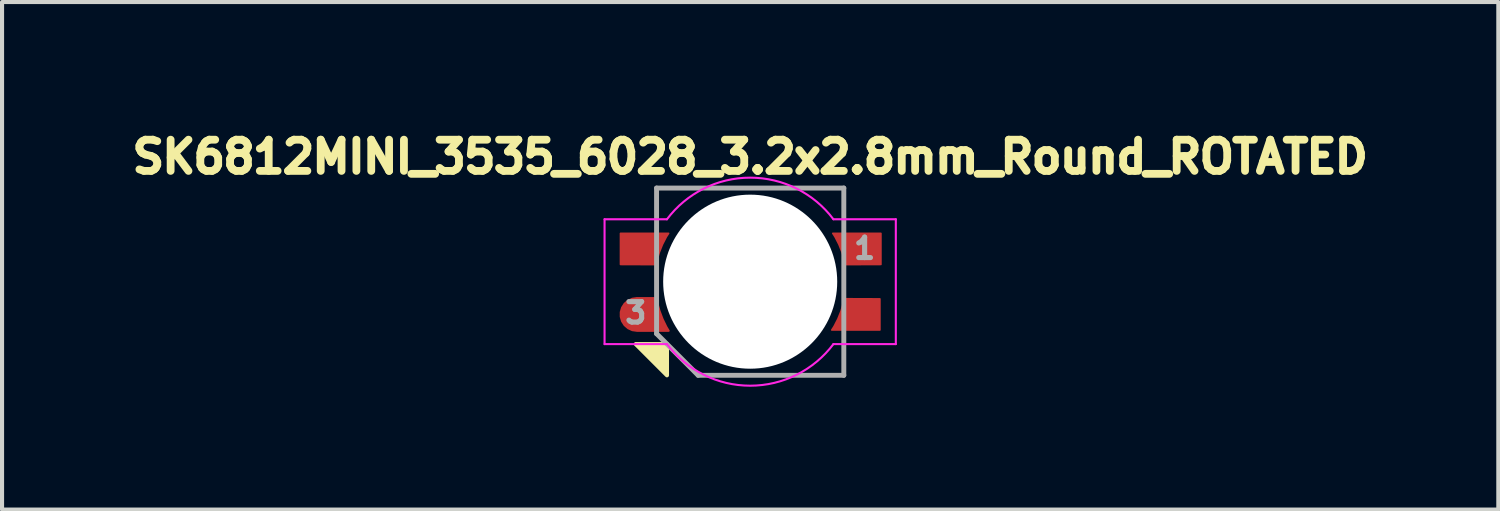
<source format=kicad_pcb>
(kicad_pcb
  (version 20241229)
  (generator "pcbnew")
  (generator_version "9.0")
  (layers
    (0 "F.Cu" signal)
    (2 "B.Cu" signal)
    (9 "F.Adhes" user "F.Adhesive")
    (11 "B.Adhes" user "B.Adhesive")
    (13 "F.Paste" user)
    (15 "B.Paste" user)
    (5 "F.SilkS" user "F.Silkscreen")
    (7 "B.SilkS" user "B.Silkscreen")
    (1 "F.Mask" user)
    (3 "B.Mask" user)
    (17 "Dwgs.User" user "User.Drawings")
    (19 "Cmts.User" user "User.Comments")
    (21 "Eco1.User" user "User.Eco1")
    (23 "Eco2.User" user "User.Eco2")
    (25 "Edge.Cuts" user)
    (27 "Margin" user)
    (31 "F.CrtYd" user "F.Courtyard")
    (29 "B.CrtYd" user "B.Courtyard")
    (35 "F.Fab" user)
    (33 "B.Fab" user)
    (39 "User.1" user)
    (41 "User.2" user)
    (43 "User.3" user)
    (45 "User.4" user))
  (footprint "SK6812MINI_3535_6028_3.2x2.8mm_Round_ROTATED"
    (layer "F.Cu")
    (at 15.268 3.828)
    (property "Reference" "SK6812MINI_3535_6028_3.2x2.8mm_Round_ROTATED" (at 0 -3.048 0) (layer "F.SilkS") (effects (font (size 0.762 0.762) (thickness 0.191))))
    (attr smd)
    (fp_poly (pts (xy -2.794 1.524) (xy -2.032 1.524) (xy -2.032 2.286)) (stroke (width 0.1) (type solid)) (fill yes) (layer "F.SilkS"))
    (fp_line (start -3.556 -1.524) (end -3.556 1.524) (stroke (width 0.051) (type solid)) (layer "F.CrtYd"))
    (fp_line (start -3.556 1.524) (end -2.032 1.524) (stroke (width 0.051) (type solid)) (layer "F.CrtYd"))
    (fp_line (start -2.032 -1.524) (end -3.556 -1.524) (stroke (width 0.051) (type solid)) (layer "F.CrtYd"))
    (fp_line (start 2.032 1.524) (end 3.556 1.524) (stroke (width 0.051) (type solid)) (layer "F.CrtYd"))
    (fp_line (start 3.556 -1.524) (end 2.032 -1.524) (stroke (width 0.051) (type solid)) (layer "F.CrtYd"))
    (fp_line (start 3.556 1.524) (end 3.556 -1.524) (stroke (width 0.051) (type solid)) (layer "F.CrtYd"))
    (fp_arc (start -2.033058 -1.522588) (mid -0.000882 -2.54) (end 2.032 -1.524) (stroke (width 0.0508) (type solid)) (layer "F.CrtYd"))
    (fp_arc (start 2.033058 1.522587) (mid 0.000883 2.539999) (end -2.031999 1.524) (stroke (width 0.0508) (type solid)) (layer "F.CrtYd"))
    (fp_line (start -2.286 -2.286) (end 2.286 -2.286) (stroke (width 0.12) (type solid)) (layer "F.Fab"))
    (fp_line (start -2.286 1.27) (end -2.286 -2.286) (stroke (width 0.12) (type solid)) (layer "F.Fab"))
    (fp_line (start -1.27 2.286) (end -2.286 1.27) (stroke (width 0.12) (type solid)) (layer "F.Fab"))
    (fp_line (start 2.286 -2.286) (end 2.286 2.286) (stroke (width 0.12) (type solid)) (layer "F.Fab"))
    (fp_line (start 2.286 2.286) (end -1.27 2.286) (stroke (width 0.12) (type solid)) (layer "F.Fab"))
    (fp_text user "1" (at 2.794 -0.813 0) (layer "F.Fab") (effects (font (size 0.5 0.5) (thickness 0.125))))
    (fp_text user "3" (at -2.794 0.762 0) (layer "F.Fab") (effects (font (size 0.5 0.5) (thickness 0.125))))
    (pad "" np_thru_hole circle (at 0 0) (size 4.25 4.25) (drill 4.25) (layers "*.Cu" "*.Mask"))
    (pad "1" smd custom (at 2.667 -0.8) (size 0.5 0.5) (layers "F.Cu" "F.Mask" "F.Paste") (options (anchor circle)) (primitives (gr_arc (start -0.65 -0.38) (mid -0.461984 -0.014048) (end -0.346215 0.380753) (width 0.04)) (gr_line (start 0.525 0.38) (end -0.346 0.383) (width 0.04)) (gr_line (start 0.525 0.38) (end 0.525 -0.38) (width 0.04)) (gr_poly (pts (xy -0.325 0.375) (xy 0.525 0.375) (xy 0.525 -0.375) (xy -0.625 -0.375) (xy -0.425 0.025)) (width 0.04) (fill yes)) (gr_line (start 0.525 -0.38) (end -0.65 -0.38) (width 0.04))))
    (pad "2" smd custom (at 2.642 0.8) (size 0.5 0.5) (layers "F.Cu" "F.Mask" "F.Paste") (options (anchor circle)) (primitives (gr_arc (start -0.346215 -0.380753) (mid -0.461984 0.014048) (end -0.65 0.38) (width 0.04)) (gr_line (start 0.525 -0.38) (end -0.346 -0.383) (width 0.04)) (gr_line (start 0.525 -0.38) (end 0.525 0.38) (width 0.04)) (gr_poly (pts (xy -0.325 -0.375) (xy 0.525 -0.375) (xy 0.525 0.375) (xy -0.625 0.375) (xy -0.425 -0.025)) (width 0.04) (fill yes)) (gr_line (start 0.525 0.38) (end -0.65 0.38) (width 0.04))))
    (pad "3" smd custom (at -2.565 0.8 180) (size 0.5 0.5) (layers "F.Cu" "F.Mask" "F.Paste") (options (anchor circle)) (primitives (gr_poly (pts (xy -0.55 -0.4) (xy -0.45 -0.2) (xy -0.35 0.025) (xy -0.3 0.25) (xy -0.25 0.4) (xy 0.175 0.4) (xy 0.175 -0.4)) (width 0.04) (fill yes)) (gr_line (start -0.575 -0.4) (end 0.2 -0.4) (width 0.05)) (gr_arc (start -0.575704 -0.399073) (mid -0.388113 -0.01355) (end -0.275001 0.4) (width 0.05)) (gr_arc (start 0.2 -0.4) (mid 0.6 0) (end 0.2 0.4) (width 0.05)) (gr_circle (center 0.2 0) (end 0.4 0) (width 0.4) (fill no)) (gr_line (start -0.275 0.4) (end 0.2 0.4) (width 0.05))))
    (pad "4" smd custom (at -2.642 -0.8 180) (size 0.5 0.5) (layers "F.Cu" "F.Mask" "F.Paste") (options (anchor circle)) (primitives (gr_arc (start -0.346215 -0.380753) (mid -0.461984 0.014048) (end -0.65 0.38) (width 0.04)) (gr_line (start 0.525 -0.38) (end -0.346 -0.383) (width 0.04)) (gr_line (start 0.525 -0.38) (end 0.525 0.38) (width 0.04)) (gr_poly (pts (xy -0.325 -0.375) (xy 0.525 -0.375) (xy 0.525 0.375) (xy -0.625 0.375) (xy -0.425 -0.025)) (width 0.04) (fill yes)) (gr_line (start 0.525 0.38) (end -0.65 0.38) (width 0.04)))))
  (gr_rect
    (start -3 -3)
    (end 33.536 9.393)
    (stroke (width 0.1) (type default))
    (fill no)
    (layer "Edge.Cuts")))
</source>
